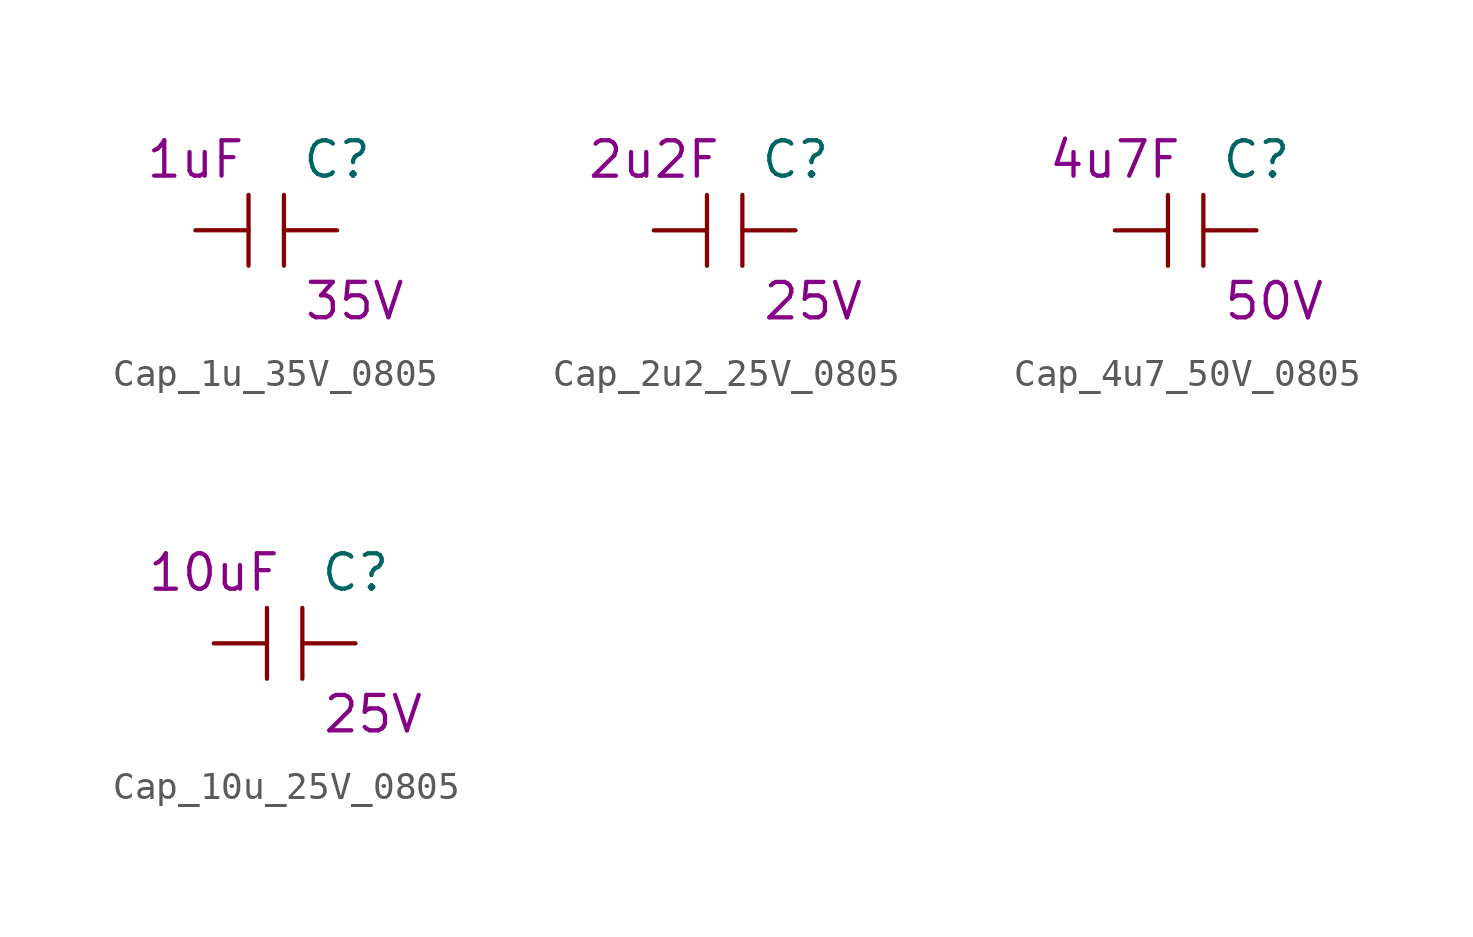
<source format=kicad_sym>
(kicad_symbol_lib
  (version 20211014)
  (generator kicad_symbol_editor)
  (symbol "Cap_1u_35V_0805"
    (pin_numbers hide)
    (pin_names
      (offset 0) hide)
    (property "Reference" "C"
      (at 5.08 2.54 0)
      (effects (font (size 1.27 1.27))))
    (property "Voltage" "35V"
      (at 5.715 -2.54 0)
      (effects (font (size 1.27 1.27))))
    (property "Property" "1uF"
      (at 0 2.54 0)
      (effects (font (size 1.27 1.27))))
    (symbol "Cap_1u_35V_0805_0_1"
      (polyline (pts (xy 1.905 1.27) (xy 1.905 -1.27)) (stroke (width 0) (type default) (color 0 0 0 0)) (fill (type none)))
      (polyline (pts (xy 3.175 1.27) (xy 3.175 -1.27)) (stroke (width 0) (type default) (color 0 0 0 0)) (fill (type none))))
    (symbol "Cap_1u_35V_0805_1_1"
      (pin passive line (at 0 0 0) (length 1.905) (name "~" (effects (font (size 1.27 1.27)))) (number "1" (effects (font (size 1.27 1.27)))))
      (pin passive line (at 5.08 0 180) (length 1.905) (name "~" (effects (font (size 1.27 1.27)))) (number "2" (effects (font (size 1.27 1.27)))))))
  (symbol "Cap_2u2_25V_0805"
    (pin_numbers hide)
    (pin_names
      (offset 0) hide)
    (property "Reference" "C"
      (at 5.08 2.54 0)
      (effects (font (size 1.27 1.27))))
    (property "Voltage" "25V"
      (at 5.715 -2.54 0)
      (effects (font (size 1.27 1.27))))
    (property "Property" "2u2F"
      (at 0 2.54 0)
      (effects (font (size 1.27 1.27))))
    (symbol "Cap_2u2_25V_0805_0_1"
      (polyline (pts (xy 1.905 1.27) (xy 1.905 -1.27)) (stroke (width 0) (type default) (color 0 0 0 0)) (fill (type none)))
      (polyline (pts (xy 3.175 1.27) (xy 3.175 -1.27)) (stroke (width 0) (type default) (color 0 0 0 0)) (fill (type none))))
    (symbol "Cap_2u2_25V_0805_1_1"
      (pin passive line (at 0 0 0) (length 1.905) (name "~" (effects (font (size 1.27 1.27)))) (number "1" (effects (font (size 1.27 1.27)))))
      (pin passive line (at 5.08 0 180) (length 1.905) (name "~" (effects (font (size 1.27 1.27)))) (number "2" (effects (font (size 1.27 1.27)))))))
  (symbol "Cap_4u7_50V_0805"
    (pin_numbers hide)
    (pin_names
      (offset 0) hide)
    (property "Reference" "C"
      (at 5.08 2.54 0)
      (effects (font (size 1.27 1.27))))
    (property "Voltage" "50V"
      (at 5.715 -2.54 0)
      (effects (font (size 1.27 1.27))))
    (property "Property" "4u7F"
      (at 0 2.54 0)
      (effects (font (size 1.27 1.27))))
    (symbol "Cap_4u7_50V_0805_0_1"
      (polyline (pts (xy 1.905 1.27) (xy 1.905 -1.27)) (stroke (width 0) (type default) (color 0 0 0 0)) (fill (type none)))
      (polyline (pts (xy 3.175 1.27) (xy 3.175 -1.27)) (stroke (width 0) (type default) (color 0 0 0 0)) (fill (type none))))
    (symbol "Cap_4u7_50V_0805_1_1"
      (pin passive line (at 0 0 0) (length 1.905) (name "~" (effects (font (size 1.27 1.27)))) (number "1" (effects (font (size 1.27 1.27)))))
      (pin passive line (at 5.08 0 180) (length 1.905) (name "~" (effects (font (size 1.27 1.27)))) (number "2" (effects (font (size 1.27 1.27)))))))
  (symbol "Cap_10u_25V_0805"
    (pin_numbers hide)
    (pin_names
      (offset 0) hide)
    (property "Reference" "C"
      (at 5.08 2.54 0)
      (effects (font (size 1.27 1.27))))
    (property "Voltage" "25V"
      (at 5.715 -2.54 0)
      (effects (font (size 1.27 1.27))))
    (property "Property" "10uF"
      (at 0 2.54 0)
      (effects (font (size 1.27 1.27))))
    (symbol "Cap_10u_25V_0805_0_1"
      (polyline (pts (xy 1.905 1.27) (xy 1.905 -1.27)) (stroke (width 0) (type default) (color 0 0 0 0)) (fill (type none)))
      (polyline (pts (xy 3.175 1.27) (xy 3.175 -1.27)) (stroke (width 0) (type default) (color 0 0 0 0)) (fill (type none))))
    (symbol "Cap_10u_25V_0805_1_1"
      (pin passive line (at 0 0 0) (length 1.905) (name "~" (effects (font (size 1.27 1.27)))) (number "1" (effects (font (size 1.27 1.27)))))
      (pin passive line (at 5.08 0 180) (length 1.905) (name "~" (effects (font (size 1.27 1.27)))) (number "2" (effects (font (size 1.27 1.27))))))))
</source>
